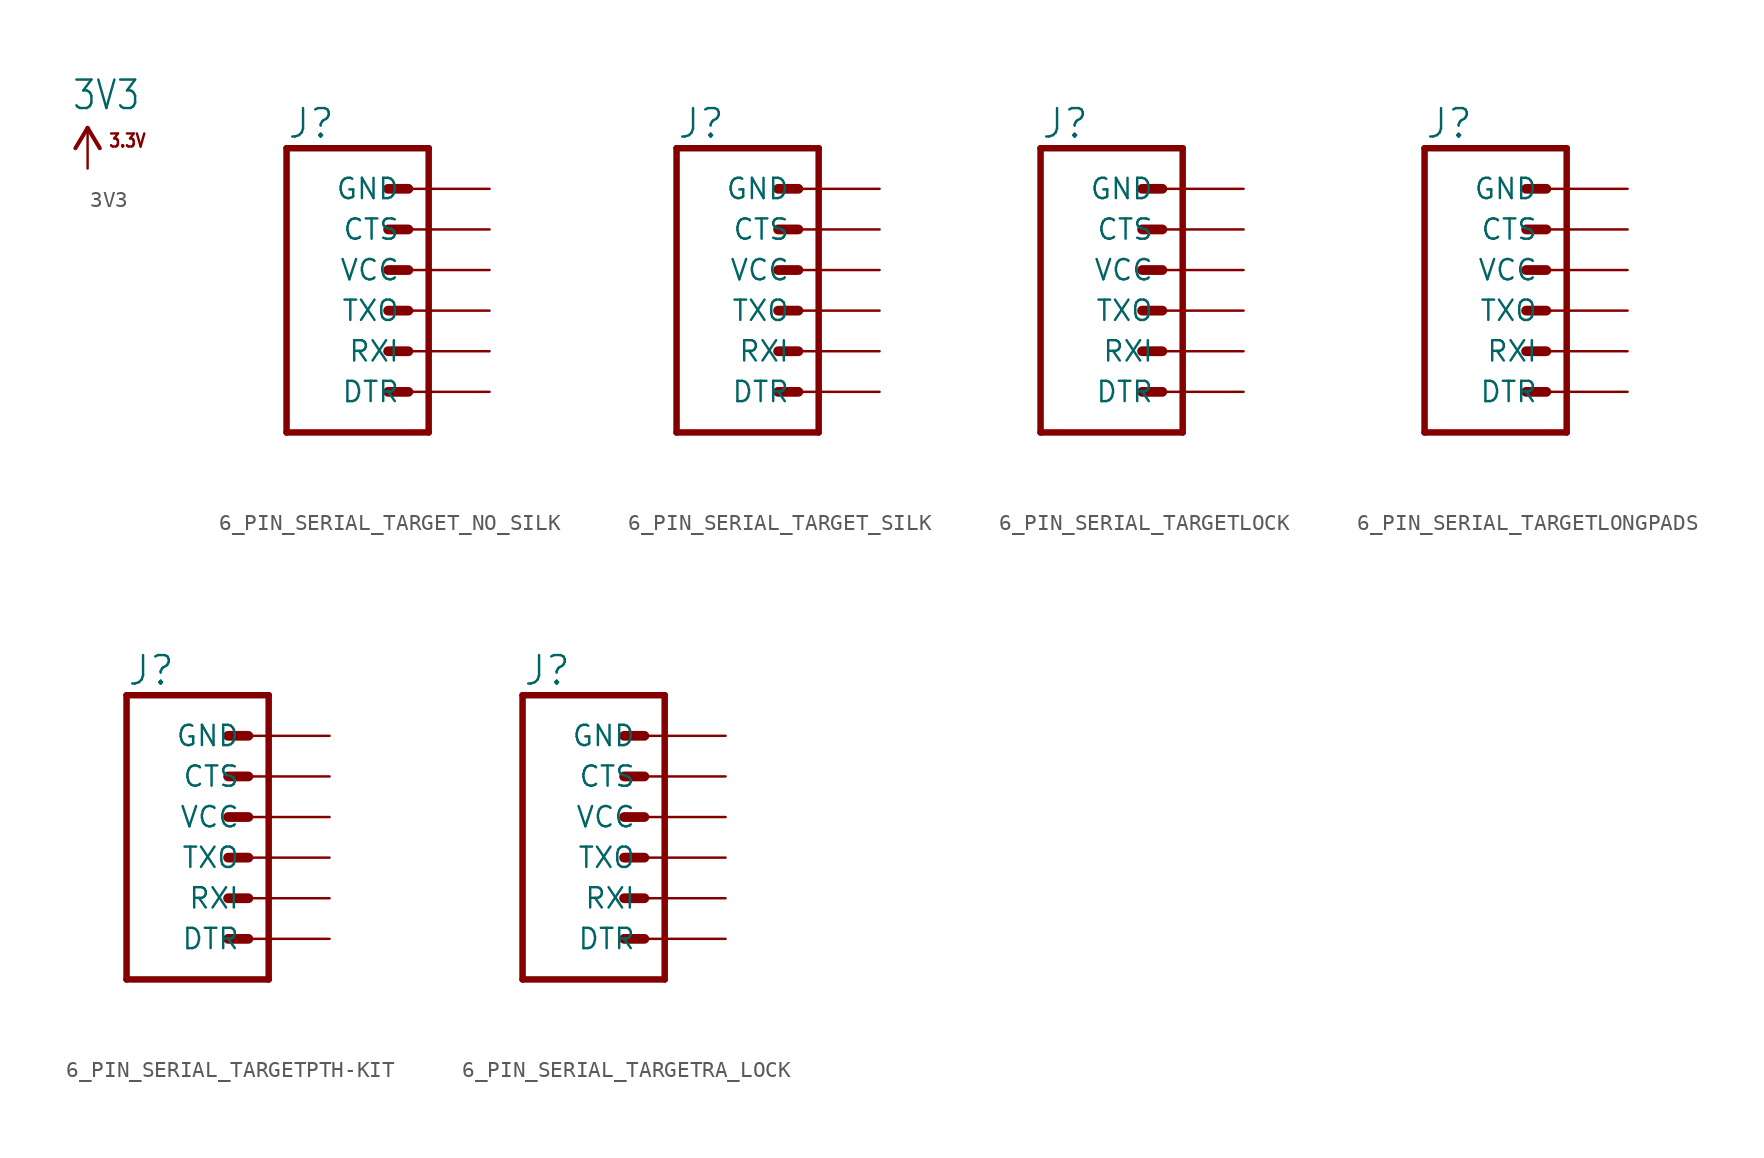
<source format=kicad_sym>
(kicad_symbol_lib
  (version 20220914)
  (generator kicad_symbol_editor)
  (symbol "3V3"
    (power)
    (property "Reference" ""
      (at 0 0 0)
      (effects (font (size 1.27 1.27)) hide))
    (property "Value" "3V3"
      (at -1.016 3.556 0)
      (effects (font (size 1.778 1.511)) (justify left bottom)))
    (property "ki_locked" ""
      (at 0 0 0)
      (effects (font (size 1.27 1.27))))
    (symbol "3V3_1_0"
      (polyline (pts (xy 0 2.54) (xy -0.762 1.27)) (stroke (width 0.254) (type solid)) (fill (type none)))
      (polyline (pts (xy 0.762 1.27) (xy 0 2.54)) (stroke (width 0.254) (type solid)) (fill (type none)))
      (text "3.3V" (at 1.27 1.27 0) (effects (font (size 0.813 0.691)) (justify left bottom)))
      (pin power_in line (at 0 0 90) (length 2.54) (name "3V3" (effects (font (size 0 0)))) (number "1" (effects (font (size 0 0)))))))
  (symbol "6_PIN_SERIAL_TARGET_NO_SILK"
    (property "Reference" "J"
      (at -7.62 10.668 0)
      (effects (font (size 1.778 1.778)) (justify left bottom)))
    (property "Value" ""
      (at -7.62 -9.906 0)
      (effects (font (size 1.778 1.778)) (justify left bottom)))
    (property "ki_locked" ""
      (at 0 0 0)
      (effects (font (size 1.27 1.27))))
    (symbol "6_PIN_SERIAL_TARGET_NO_SILK_1_0"
      (polyline (pts (xy -7.62 10.16) (xy -7.62 -7.62)) (stroke (width 0.406) (type solid)) (fill (type none)))
      (polyline (pts (xy -7.62 10.16) (xy 1.27 10.16)) (stroke (width 0.406) (type solid)) (fill (type none)))
      (polyline (pts (xy -1.27 -5.08) (xy 0 -5.08)) (stroke (width 0.61) (type solid)) (fill (type none)))
      (polyline (pts (xy -1.27 -2.54) (xy 0 -2.54)) (stroke (width 0.61) (type solid)) (fill (type none)))
      (polyline (pts (xy -1.27 0) (xy 0 0)) (stroke (width 0.61) (type solid)) (fill (type none)))
      (polyline (pts (xy -1.27 2.54) (xy 0 2.54)) (stroke (width 0.61) (type solid)) (fill (type none)))
      (polyline (pts (xy -1.27 5.08) (xy 0 5.08)) (stroke (width 0.61) (type solid)) (fill (type none)))
      (polyline (pts (xy -1.27 7.62) (xy 0 7.62)) (stroke (width 0.61) (type solid)) (fill (type none)))
      (polyline (pts (xy 1.27 -7.62) (xy -7.62 -7.62)) (stroke (width 0.406) (type solid)) (fill (type none)))
      (polyline (pts (xy 1.27 -7.62) (xy 1.27 10.16)) (stroke (width 0.406) (type solid)) (fill (type none)))
      (pin passive line (at 5.08 -5.08 180) (length 5.08) (name "DTR" (effects (font (size 1.27 1.27)))) (number "1" (effects (font (size 0 0)))))
      (pin passive line (at 5.08 -2.54 180) (length 5.08) (name "RXI" (effects (font (size 1.27 1.27)))) (number "2" (effects (font (size 0 0)))))
      (pin passive line (at 5.08 0 180) (length 5.08) (name "TXO" (effects (font (size 1.27 1.27)))) (number "3" (effects (font (size 0 0)))))
      (pin passive line (at 5.08 2.54 180) (length 5.08) (name "VCC" (effects (font (size 1.27 1.27)))) (number "4" (effects (font (size 0 0)))))
      (pin passive line (at 5.08 5.08 180) (length 5.08) (name "CTS" (effects (font (size 1.27 1.27)))) (number "5" (effects (font (size 0 0)))))
      (pin passive line (at 5.08 7.62 180) (length 5.08) (name "GND" (effects (font (size 1.27 1.27)))) (number "6" (effects (font (size 0 0)))))))
  (symbol "6_PIN_SERIAL_TARGET_SILK"
    (property "Reference" "J"
      (at -7.62 10.668 0)
      (effects (font (size 1.778 1.778)) (justify left bottom)))
    (property "Value" ""
      (at -7.62 -9.906 0)
      (effects (font (size 1.778 1.778)) (justify left bottom)))
    (property "ki_locked" ""
      (at 0 0 0)
      (effects (font (size 1.27 1.27))))
    (symbol "6_PIN_SERIAL_TARGET_SILK_1_0"
      (polyline (pts (xy -7.62 10.16) (xy -7.62 -7.62)) (stroke (width 0.406) (type solid)) (fill (type none)))
      (polyline (pts (xy -7.62 10.16) (xy 1.27 10.16)) (stroke (width 0.406) (type solid)) (fill (type none)))
      (polyline (pts (xy -1.27 -5.08) (xy 0 -5.08)) (stroke (width 0.61) (type solid)) (fill (type none)))
      (polyline (pts (xy -1.27 -2.54) (xy 0 -2.54)) (stroke (width 0.61) (type solid)) (fill (type none)))
      (polyline (pts (xy -1.27 0) (xy 0 0)) (stroke (width 0.61) (type solid)) (fill (type none)))
      (polyline (pts (xy -1.27 2.54) (xy 0 2.54)) (stroke (width 0.61) (type solid)) (fill (type none)))
      (polyline (pts (xy -1.27 5.08) (xy 0 5.08)) (stroke (width 0.61) (type solid)) (fill (type none)))
      (polyline (pts (xy -1.27 7.62) (xy 0 7.62)) (stroke (width 0.61) (type solid)) (fill (type none)))
      (polyline (pts (xy 1.27 -7.62) (xy -7.62 -7.62)) (stroke (width 0.406) (type solid)) (fill (type none)))
      (polyline (pts (xy 1.27 -7.62) (xy 1.27 10.16)) (stroke (width 0.406) (type solid)) (fill (type none)))
      (pin passive line (at 5.08 -5.08 180) (length 5.08) (name "DTR" (effects (font (size 1.27 1.27)))) (number "1" (effects (font (size 0 0)))))
      (pin passive line (at 5.08 -2.54 180) (length 5.08) (name "RXI" (effects (font (size 1.27 1.27)))) (number "2" (effects (font (size 0 0)))))
      (pin passive line (at 5.08 0 180) (length 5.08) (name "TXO" (effects (font (size 1.27 1.27)))) (number "3" (effects (font (size 0 0)))))
      (pin passive line (at 5.08 2.54 180) (length 5.08) (name "VCC" (effects (font (size 1.27 1.27)))) (number "4" (effects (font (size 0 0)))))
      (pin passive line (at 5.08 5.08 180) (length 5.08) (name "CTS" (effects (font (size 1.27 1.27)))) (number "5" (effects (font (size 0 0)))))
      (pin passive line (at 5.08 7.62 180) (length 5.08) (name "GND" (effects (font (size 1.27 1.27)))) (number "6" (effects (font (size 0 0)))))))
  (symbol "6_PIN_SERIAL_TARGETLOCK"
    (property "Reference" "J"
      (at -7.62 10.668 0)
      (effects (font (size 1.778 1.778)) (justify left bottom)))
    (property "Value" ""
      (at -7.62 -9.906 0)
      (effects (font (size 1.778 1.778)) (justify left bottom)))
    (property "ki_locked" ""
      (at 0 0 0)
      (effects (font (size 1.27 1.27))))
    (symbol "6_PIN_SERIAL_TARGETLOCK_1_0"
      (polyline (pts (xy -7.62 10.16) (xy -7.62 -7.62)) (stroke (width 0.406) (type solid)) (fill (type none)))
      (polyline (pts (xy -7.62 10.16) (xy 1.27 10.16)) (stroke (width 0.406) (type solid)) (fill (type none)))
      (polyline (pts (xy -1.27 -5.08) (xy 0 -5.08)) (stroke (width 0.61) (type solid)) (fill (type none)))
      (polyline (pts (xy -1.27 -2.54) (xy 0 -2.54)) (stroke (width 0.61) (type solid)) (fill (type none)))
      (polyline (pts (xy -1.27 0) (xy 0 0)) (stroke (width 0.61) (type solid)) (fill (type none)))
      (polyline (pts (xy -1.27 2.54) (xy 0 2.54)) (stroke (width 0.61) (type solid)) (fill (type none)))
      (polyline (pts (xy -1.27 5.08) (xy 0 5.08)) (stroke (width 0.61) (type solid)) (fill (type none)))
      (polyline (pts (xy -1.27 7.62) (xy 0 7.62)) (stroke (width 0.61) (type solid)) (fill (type none)))
      (polyline (pts (xy 1.27 -7.62) (xy -7.62 -7.62)) (stroke (width 0.406) (type solid)) (fill (type none)))
      (polyline (pts (xy 1.27 -7.62) (xy 1.27 10.16)) (stroke (width 0.406) (type solid)) (fill (type none)))
      (pin passive line (at 5.08 -5.08 180) (length 5.08) (name "DTR" (effects (font (size 1.27 1.27)))) (number "1" (effects (font (size 0 0)))))
      (pin passive line (at 5.08 -2.54 180) (length 5.08) (name "RXI" (effects (font (size 1.27 1.27)))) (number "2" (effects (font (size 0 0)))))
      (pin passive line (at 5.08 0 180) (length 5.08) (name "TXO" (effects (font (size 1.27 1.27)))) (number "3" (effects (font (size 0 0)))))
      (pin passive line (at 5.08 2.54 180) (length 5.08) (name "VCC" (effects (font (size 1.27 1.27)))) (number "4" (effects (font (size 0 0)))))
      (pin passive line (at 5.08 5.08 180) (length 5.08) (name "CTS" (effects (font (size 1.27 1.27)))) (number "5" (effects (font (size 0 0)))))
      (pin passive line (at 5.08 7.62 180) (length 5.08) (name "GND" (effects (font (size 1.27 1.27)))) (number "6" (effects (font (size 0 0)))))))
  (symbol "6_PIN_SERIAL_TARGETLONGPADS"
    (property "Reference" "J"
      (at -7.62 10.668 0)
      (effects (font (size 1.778 1.778)) (justify left bottom)))
    (property "Value" ""
      (at -7.62 -9.906 0)
      (effects (font (size 1.778 1.778)) (justify left bottom)))
    (property "ki_locked" ""
      (at 0 0 0)
      (effects (font (size 1.27 1.27))))
    (symbol "6_PIN_SERIAL_TARGETLONGPADS_1_0"
      (polyline (pts (xy -7.62 10.16) (xy -7.62 -7.62)) (stroke (width 0.406) (type solid)) (fill (type none)))
      (polyline (pts (xy -7.62 10.16) (xy 1.27 10.16)) (stroke (width 0.406) (type solid)) (fill (type none)))
      (polyline (pts (xy -1.27 -5.08) (xy 0 -5.08)) (stroke (width 0.61) (type solid)) (fill (type none)))
      (polyline (pts (xy -1.27 -2.54) (xy 0 -2.54)) (stroke (width 0.61) (type solid)) (fill (type none)))
      (polyline (pts (xy -1.27 0) (xy 0 0)) (stroke (width 0.61) (type solid)) (fill (type none)))
      (polyline (pts (xy -1.27 2.54) (xy 0 2.54)) (stroke (width 0.61) (type solid)) (fill (type none)))
      (polyline (pts (xy -1.27 5.08) (xy 0 5.08)) (stroke (width 0.61) (type solid)) (fill (type none)))
      (polyline (pts (xy -1.27 7.62) (xy 0 7.62)) (stroke (width 0.61) (type solid)) (fill (type none)))
      (polyline (pts (xy 1.27 -7.62) (xy -7.62 -7.62)) (stroke (width 0.406) (type solid)) (fill (type none)))
      (polyline (pts (xy 1.27 -7.62) (xy 1.27 10.16)) (stroke (width 0.406) (type solid)) (fill (type none)))
      (pin passive line (at 5.08 -5.08 180) (length 5.08) (name "DTR" (effects (font (size 1.27 1.27)))) (number "1" (effects (font (size 0 0)))))
      (pin passive line (at 5.08 -2.54 180) (length 5.08) (name "RXI" (effects (font (size 1.27 1.27)))) (number "2" (effects (font (size 0 0)))))
      (pin passive line (at 5.08 0 180) (length 5.08) (name "TXO" (effects (font (size 1.27 1.27)))) (number "3" (effects (font (size 0 0)))))
      (pin passive line (at 5.08 2.54 180) (length 5.08) (name "VCC" (effects (font (size 1.27 1.27)))) (number "4" (effects (font (size 0 0)))))
      (pin passive line (at 5.08 5.08 180) (length 5.08) (name "CTS" (effects (font (size 1.27 1.27)))) (number "5" (effects (font (size 0 0)))))
      (pin passive line (at 5.08 7.62 180) (length 5.08) (name "GND" (effects (font (size 1.27 1.27)))) (number "6" (effects (font (size 0 0)))))))
  (symbol "6_PIN_SERIAL_TARGETPTH-KIT"
    (property "Reference" "J"
      (at -7.62 10.668 0)
      (effects (font (size 1.778 1.778)) (justify left bottom)))
    (property "Value" ""
      (at -7.62 -9.906 0)
      (effects (font (size 1.778 1.778)) (justify left bottom)))
    (property "ki_locked" ""
      (at 0 0 0)
      (effects (font (size 1.27 1.27))))
    (symbol "6_PIN_SERIAL_TARGETPTH-KIT_1_0"
      (polyline (pts (xy -7.62 10.16) (xy -7.62 -7.62)) (stroke (width 0.406) (type solid)) (fill (type none)))
      (polyline (pts (xy -7.62 10.16) (xy 1.27 10.16)) (stroke (width 0.406) (type solid)) (fill (type none)))
      (polyline (pts (xy -1.27 -5.08) (xy 0 -5.08)) (stroke (width 0.61) (type solid)) (fill (type none)))
      (polyline (pts (xy -1.27 -2.54) (xy 0 -2.54)) (stroke (width 0.61) (type solid)) (fill (type none)))
      (polyline (pts (xy -1.27 0) (xy 0 0)) (stroke (width 0.61) (type solid)) (fill (type none)))
      (polyline (pts (xy -1.27 2.54) (xy 0 2.54)) (stroke (width 0.61) (type solid)) (fill (type none)))
      (polyline (pts (xy -1.27 5.08) (xy 0 5.08)) (stroke (width 0.61) (type solid)) (fill (type none)))
      (polyline (pts (xy -1.27 7.62) (xy 0 7.62)) (stroke (width 0.61) (type solid)) (fill (type none)))
      (polyline (pts (xy 1.27 -7.62) (xy -7.62 -7.62)) (stroke (width 0.406) (type solid)) (fill (type none)))
      (polyline (pts (xy 1.27 -7.62) (xy 1.27 10.16)) (stroke (width 0.406) (type solid)) (fill (type none)))
      (pin passive line (at 5.08 -5.08 180) (length 5.08) (name "DTR" (effects (font (size 1.27 1.27)))) (number "1" (effects (font (size 0 0)))))
      (pin passive line (at 5.08 -2.54 180) (length 5.08) (name "RXI" (effects (font (size 1.27 1.27)))) (number "2" (effects (font (size 0 0)))))
      (pin passive line (at 5.08 0 180) (length 5.08) (name "TXO" (effects (font (size 1.27 1.27)))) (number "3" (effects (font (size 0 0)))))
      (pin passive line (at 5.08 2.54 180) (length 5.08) (name "VCC" (effects (font (size 1.27 1.27)))) (number "4" (effects (font (size 0 0)))))
      (pin passive line (at 5.08 5.08 180) (length 5.08) (name "CTS" (effects (font (size 1.27 1.27)))) (number "5" (effects (font (size 0 0)))))
      (pin passive line (at 5.08 7.62 180) (length 5.08) (name "GND" (effects (font (size 1.27 1.27)))) (number "6" (effects (font (size 0 0)))))))
  (symbol "6_PIN_SERIAL_TARGETRA_LOCK"
    (property "Reference" "J"
      (at -7.62 10.668 0)
      (effects (font (size 1.778 1.778)) (justify left bottom)))
    (property "Value" ""
      (at -7.62 -9.906 0)
      (effects (font (size 1.778 1.778)) (justify left bottom)))
    (property "ki_locked" ""
      (at 0 0 0)
      (effects (font (size 1.27 1.27))))
    (symbol "6_PIN_SERIAL_TARGETRA_LOCK_1_0"
      (polyline (pts (xy -7.62 10.16) (xy -7.62 -7.62)) (stroke (width 0.406) (type solid)) (fill (type none)))
      (polyline (pts (xy -7.62 10.16) (xy 1.27 10.16)) (stroke (width 0.406) (type solid)) (fill (type none)))
      (polyline (pts (xy -1.27 -5.08) (xy 0 -5.08)) (stroke (width 0.61) (type solid)) (fill (type none)))
      (polyline (pts (xy -1.27 -2.54) (xy 0 -2.54)) (stroke (width 0.61) (type solid)) (fill (type none)))
      (polyline (pts (xy -1.27 0) (xy 0 0)) (stroke (width 0.61) (type solid)) (fill (type none)))
      (polyline (pts (xy -1.27 2.54) (xy 0 2.54)) (stroke (width 0.61) (type solid)) (fill (type none)))
      (polyline (pts (xy -1.27 5.08) (xy 0 5.08)) (stroke (width 0.61) (type solid)) (fill (type none)))
      (polyline (pts (xy -1.27 7.62) (xy 0 7.62)) (stroke (width 0.61) (type solid)) (fill (type none)))
      (polyline (pts (xy 1.27 -7.62) (xy -7.62 -7.62)) (stroke (width 0.406) (type solid)) (fill (type none)))
      (polyline (pts (xy 1.27 -7.62) (xy 1.27 10.16)) (stroke (width 0.406) (type solid)) (fill (type none)))
      (pin passive line (at 5.08 7.62 180) (length 5.08) (name "GND" (effects (font (size 1.27 1.27)))) (number "1" (effects (font (size 0 0)))))
      (pin passive line (at 5.08 5.08 180) (length 5.08) (name "CTS" (effects (font (size 1.27 1.27)))) (number "2" (effects (font (size 0 0)))))
      (pin passive line (at 5.08 2.54 180) (length 5.08) (name "VCC" (effects (font (size 1.27 1.27)))) (number "3" (effects (font (size 0 0)))))
      (pin passive line (at 5.08 0 180) (length 5.08) (name "TXO" (effects (font (size 1.27 1.27)))) (number "4" (effects (font (size 0 0)))))
      (pin passive line (at 5.08 -2.54 180) (length 5.08) (name "RXI" (effects (font (size 1.27 1.27)))) (number "5" (effects (font (size 0 0)))))
      (pin passive line (at 5.08 -5.08 180) (length 5.08) (name "DTR" (effects (font (size 1.27 1.27)))) (number "6" (effects (font (size 0 0))))))))
</source>
